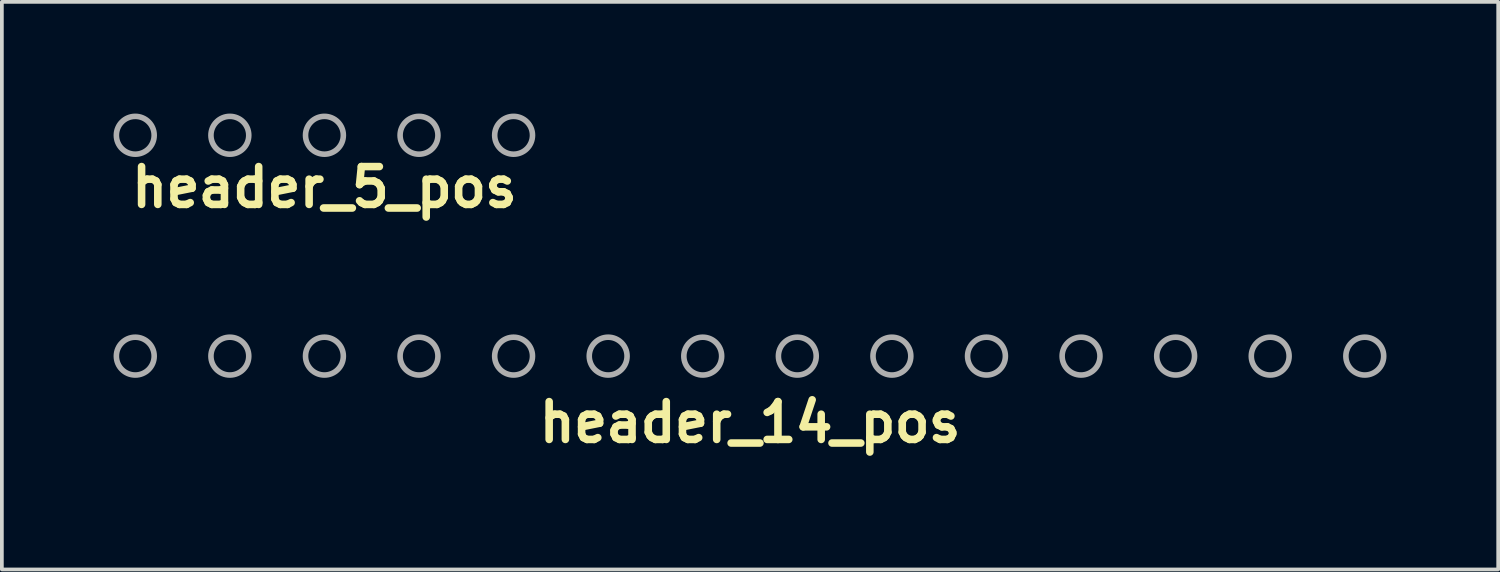
<source format=kicad_pcb>
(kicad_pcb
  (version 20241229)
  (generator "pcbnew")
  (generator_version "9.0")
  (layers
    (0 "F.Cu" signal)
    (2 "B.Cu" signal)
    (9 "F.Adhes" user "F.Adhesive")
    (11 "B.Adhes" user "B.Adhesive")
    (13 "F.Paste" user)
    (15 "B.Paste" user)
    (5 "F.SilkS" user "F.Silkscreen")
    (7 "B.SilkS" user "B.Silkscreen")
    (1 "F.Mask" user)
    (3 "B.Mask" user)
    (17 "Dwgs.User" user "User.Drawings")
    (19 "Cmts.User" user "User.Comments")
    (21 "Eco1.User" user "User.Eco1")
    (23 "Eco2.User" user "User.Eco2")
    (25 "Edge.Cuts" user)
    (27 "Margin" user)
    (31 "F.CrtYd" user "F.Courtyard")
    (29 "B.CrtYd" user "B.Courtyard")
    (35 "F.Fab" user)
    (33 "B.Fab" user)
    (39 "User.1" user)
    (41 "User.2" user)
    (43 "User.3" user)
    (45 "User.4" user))
  (footprint "header_14_pos"
    (layer "F.Cu")
    (at 17.093 6.514)
    (property "Reference" "header_14_pos" (at 0 1.778 0) (layer "F.SilkS") (effects (font (size 1.016 1.016) (thickness 0.203))))
    (attr through_hole)
    (fp_circle (center -16.51 0) (end -16.002 0) (stroke (width 0.15) (type solid)) (fill no) (layer "F.Fab"))
    (fp_circle (center -13.97 0) (end -13.462 0) (stroke (width 0.15) (type solid)) (fill no) (layer "F.Fab"))
    (fp_circle (center -11.43 0) (end -10.922 0) (stroke (width 0.15) (type solid)) (fill no) (layer "F.Fab"))
    (fp_circle (center -8.89 0) (end -8.382 0) (stroke (width 0.15) (type solid)) (fill no) (layer "F.Fab"))
    (fp_circle (center -6.35 0) (end -5.842 0) (stroke (width 0.15) (type solid)) (fill no) (layer "F.Fab"))
    (fp_circle (center -3.81 0) (end -3.302 0) (stroke (width 0.15) (type solid)) (fill no) (layer "F.Fab"))
    (fp_circle (center -1.27 0) (end -0.762 0) (stroke (width 0.15) (type solid)) (fill no) (layer "F.Fab"))
    (fp_circle (center 1.27 0) (end 1.778 0) (stroke (width 0.15) (type solid)) (fill no) (layer "F.Fab"))
    (fp_circle (center 3.81 0) (end 4.318 0) (stroke (width 0.15) (type solid)) (fill no) (layer "F.Fab"))
    (fp_circle (center 6.35 0) (end 6.858 0) (stroke (width 0.15) (type solid)) (fill no) (layer "F.Fab"))
    (fp_circle (center 8.89 0) (end 9.398 0) (stroke (width 0.15) (type solid)) (fill no) (layer "F.Fab"))
    (fp_circle (center 11.43 0) (end 11.938 0) (stroke (width 0.15) (type solid)) (fill no) (layer "F.Fab"))
    (fp_circle (center 13.97 0) (end 14.478 0) (stroke (width 0.15) (type solid)) (fill no) (layer "F.Fab"))
    (fp_circle (center 16.51 0) (end 17.018 0) (stroke (width 0.15) (type solid)) (fill no) (layer "F.Fab")))
  (footprint "header_5_pos"
    (layer "F.Cu")
    (at 5.663 0.583)
    (property "Reference" "header_5_pos" (at 0 1.397 0) (layer "F.SilkS") (effects (font (size 1.016 1.016) (thickness 0.203))))
    (attr through_hole)
    (fp_circle (center -5.08 0) (end -4.572 0) (stroke (width 0.15) (type solid)) (fill no) (layer "F.Fab"))
    (fp_circle (center -2.54 0) (end -2.032 0) (stroke (width 0.15) (type solid)) (fill no) (layer "F.Fab"))
    (fp_circle (center 0 0) (end 0.508 0) (stroke (width 0.15) (type solid)) (fill no) (layer "F.Fab"))
    (fp_circle (center 2.54 0) (end 3.048 0) (stroke (width 0.15) (type solid)) (fill no) (layer "F.Fab"))
    (fp_circle (center 5.08 0) (end 5.588 0) (stroke (width 0.15) (type solid)) (fill no) (layer "F.Fab")))
  (gr_rect
    (start -3 -3)
    (end 37.186 12.243)
    (stroke (width 0.1) (type default))
    (fill no)
    (layer "Edge.Cuts")))
</source>
